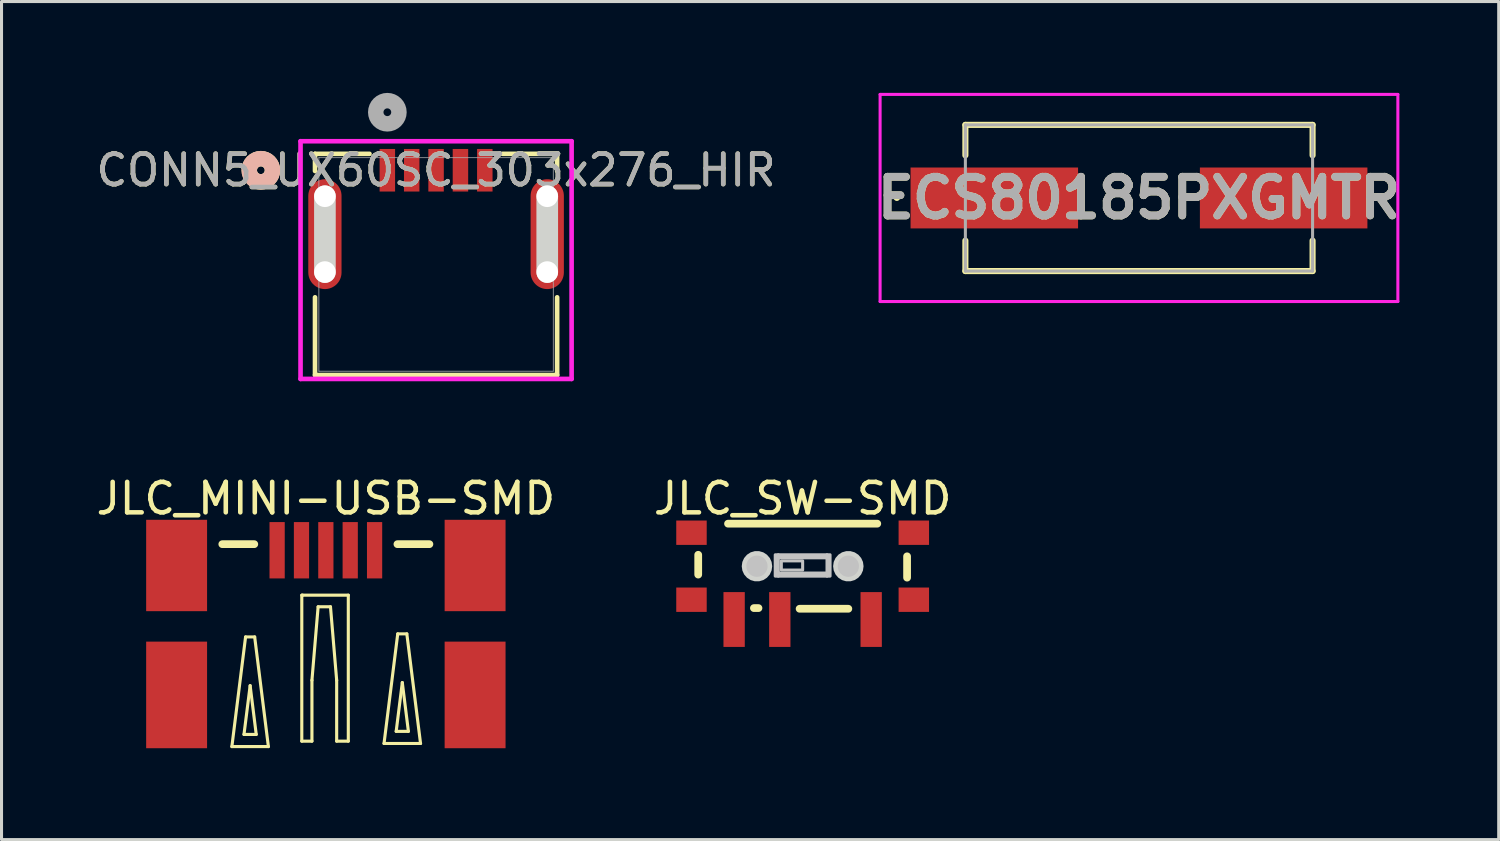
<source format=kicad_pcb>
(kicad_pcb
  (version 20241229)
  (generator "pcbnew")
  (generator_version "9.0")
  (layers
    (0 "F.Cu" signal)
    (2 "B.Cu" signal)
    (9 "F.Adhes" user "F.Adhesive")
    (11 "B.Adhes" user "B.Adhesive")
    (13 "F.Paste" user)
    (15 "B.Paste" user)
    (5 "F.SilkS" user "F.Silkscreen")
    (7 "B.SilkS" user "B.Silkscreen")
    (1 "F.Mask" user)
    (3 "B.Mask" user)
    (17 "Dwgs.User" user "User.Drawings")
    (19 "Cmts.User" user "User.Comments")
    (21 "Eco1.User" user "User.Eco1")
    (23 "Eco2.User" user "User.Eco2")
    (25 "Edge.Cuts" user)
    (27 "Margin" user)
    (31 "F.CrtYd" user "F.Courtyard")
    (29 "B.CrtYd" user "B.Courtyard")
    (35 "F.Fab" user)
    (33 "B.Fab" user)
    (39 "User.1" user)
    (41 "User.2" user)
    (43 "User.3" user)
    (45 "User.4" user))
  (footprint "ECS80185PXGMTR"
    (layer "F.Cu")
    (at 34.347 3.45)
    (property "Reference" "ECS80185PXGMTR" (at 0 0 0) (layer "F.SilkS") (effects (font (size 1.27 1.27) (thickness 0.254))))
    (attr smd)
    (fp_line (start -8 0) (end -8 0) (stroke (width 0.1) (type solid)) (layer "F.SilkS"))
    (fp_line (start -7.9 0) (end -7.9 0) (stroke (width 0.1) (type solid)) (layer "F.SilkS"))
    (fp_line (start -5.7 -2.4) (end 5.7 -2.4) (stroke (width 0.2) (type solid)) (layer "F.SilkS"))
    (fp_line (start -5.7 -1.4) (end -5.7 -2.4) (stroke (width 0.2) (type solid)) (layer "F.SilkS"))
    (fp_line (start -5.7 1.4) (end -5.7 2.4) (stroke (width 0.2) (type solid)) (layer "F.SilkS"))
    (fp_line (start -5.7 2.4) (end 5.7 2.4) (stroke (width 0.2) (type solid)) (layer "F.SilkS"))
    (fp_line (start 5.7 -2.4) (end 5.7 -1.4) (stroke (width 0.2) (type solid)) (layer "F.SilkS"))
    (fp_line (start 5.7 2.4) (end 5.7 1.4) (stroke (width 0.2) (type solid)) (layer "F.SilkS"))
    (fp_arc (start -8 0) (mid -7.95 -0.05) (end -7.9 0) (stroke (width 0.1) (type solid)) (layer "F.SilkS"))
    (fp_arc (start -7.9 0) (mid -7.95 0.05) (end -8 0) (stroke (width 0.1) (type solid)) (layer "F.SilkS"))
    (fp_line (start -8.5 -3.4) (end 8.5 -3.4) (stroke (width 0.1) (type solid)) (layer "F.CrtYd"))
    (fp_line (start -8.5 3.4) (end -8.5 -3.4) (stroke (width 0.1) (type solid)) (layer "F.CrtYd"))
    (fp_line (start 8.5 -3.4) (end 8.5 3.4) (stroke (width 0.1) (type solid)) (layer "F.CrtYd"))
    (fp_line (start 8.5 3.4) (end -8.5 3.4) (stroke (width 0.1) (type solid)) (layer "F.CrtYd"))
    (fp_line (start -5.7 -2.4) (end 5.7 -2.4) (stroke (width 0.1) (type solid)) (layer "F.Fab"))
    (fp_line (start -5.7 2.4) (end -5.7 -2.4) (stroke (width 0.1) (type solid)) (layer "F.Fab"))
    (fp_line (start 5.7 -2.4) (end 5.7 2.4) (stroke (width 0.1) (type solid)) (layer "F.Fab"))
    (fp_line (start 5.7 2.4) (end -5.7 2.4) (stroke (width 0.1) (type solid)) (layer "F.Fab"))
    (fp_text user "${REFERENCE}" (at 0 0 0) (layer "F.Fab") (effects (font (size 1.27 1.27) (thickness 0.254))))
    (pad "1" smd rect (at -4.75 0 90) (size 2 5.5) (layers "F.Cu" "F.Mask" "F.Paste"))
    (pad "2" smd rect (at 4.75 0 90) (size 2 5.5) (layers "F.Cu" "F.Mask" "F.Paste")))
  (footprint "JLC_SW-SMD"
    (layer "F.Cu")
    (at 23.304 15.866)
    (property "Reference" "JLC_SW-SMD" (at 0 -2.549 0) (unlocked yes) (layer "F.SilkS") (effects (font (size 1 1) (thickness 0.15))))
    (fp_line (start -3.429 -0.7) (end -3.429 -0.05) (stroke (width 0.254) (type default)) (layer "F.SilkS"))
    (fp_line (start -1.6 1.05) (end -1.45 1.05) (stroke (width 0.254) (type default)) (layer "F.SilkS"))
    (fp_line (start -0.1 1.072) (end 1.5 1.072) (stroke (width 0.254) (type default)) (layer "F.SilkS"))
    (fp_line (start 2.45 -1.722) (end -2.45 -1.722) (stroke (width 0.254) (type default)) (layer "F.SilkS"))
    (fp_line (start 3.429 -0.65) (end 3.429 0.05) (stroke (width 0.254) (type default)) (layer "F.SilkS"))
    (fp_circle (center -1.5 -0.325) (end -1.325 -0.325) (stroke (width 0.35) (type default)) (fill no) (layer "Dwgs.User"))
    (fp_circle (center 1.5 -0.325) (end 1.675 -0.325) (stroke (width 0.35) (type default)) (fill no) (layer "Dwgs.User"))
    (fp_poly (pts (xy -0.9 0) (xy -0.9 -0.7) (xy -0.8 -0.7) (xy -0.8 0)) (stroke (width 0.1) (type default)) (fill no) (layer "Dwgs.User"))
    (fp_poly (pts (xy -0.8 -0.7) (xy 0.8 -0.7) (xy 0.8 -0.6) (xy -0.8 -0.6)) (stroke (width 0.1) (type default)) (fill no) (layer "Dwgs.User"))
    (fp_poly (pts (xy -0.8 0) (xy 0.8 0) (xy 0.8 -0.1) (xy -0.8 -0.1)) (stroke (width 0.1) (type default)) (fill no) (layer "Dwgs.User"))
    (fp_poly (pts (xy -0.7 -0.5) (xy -0.7 -0.2) (xy 0 -0.2) (xy 0 -0.5)) (stroke (width 0.1) (type default)) (fill no) (layer "Dwgs.User"))
    (fp_poly (pts (xy 0.9 0) (xy 0.9 -0.7) (xy 0.8 -0.7) (xy 0.8 0)) (stroke (width 0.1) (type default)) (fill no) (layer "Dwgs.User"))
    (fp_poly (pts (xy -1 -0.325) (xy -1.02 -0.466) (xy -1.079 -0.595) (xy -1.173 -0.703) (xy -1.292 -0.78) (xy -1.429 -0.82) (xy -1.571 -0.82) (xy -1.708 -0.78) (xy -1.827 -0.703) (xy -1.921 -0.595) (xy -1.98 -0.466) (xy -2 -0.325) (xy -1.98 -0.184) (xy -1.921 -0.055) (xy -1.827 0.053) (xy -1.708 0.13) (xy -1.571 0.17) (xy -1.429 0.17) (xy -1.292 0.13) (xy -1.173 0.053) (xy -1.079 -0.055) (xy -1.02 -0.184)) (stroke (width 0) (type default)) (fill yes) (layer "Edge.Cuts"))
    (fp_poly (pts (xy 2 -0.325) (xy 1.98 -0.466) (xy 1.921 -0.595) (xy 1.827 -0.703) (xy 1.708 -0.78) (xy 1.571 -0.82) (xy 1.429 -0.82) (xy 1.292 -0.78) (xy 1.173 -0.703) (xy 1.079 -0.595) (xy 1.02 -0.466) (xy 1 -0.325) (xy 1.02 -0.184) (xy 1.079 -0.055) (xy 1.173 0.053) (xy 1.292 0.13) (xy 1.429 0.17) (xy 1.571 0.17) (xy 1.708 0.13) (xy 1.827 0.053) (xy 1.921 -0.055) (xy 1.98 -0.184)) (stroke (width 0) (type default)) (fill yes) (layer "Edge.Cuts"))
    (fp_poly (pts (xy -3.292 -1.705) (xy -3.292 -1.305) (xy -3.922 -1.305) (xy -3.922 -1.705)) (stroke (width 0.1) (type default)) (fill no) (layer "User.1"))
    (fp_poly (pts (xy -3.292 0.645) (xy -3.292 1.045) (xy -3.922 1.045) (xy -3.922 0.645)) (stroke (width 0.1) (type default)) (fill no) (layer "User.1"))
    (fp_poly (pts (xy -2.45 0.544) (xy -2.05 0.544) (xy -2.05 2.045) (xy -2.45 2.045)) (stroke (width 0.1) (type default)) (fill no) (layer "User.1"))
    (fp_poly (pts (xy -0.95 0.544) (xy -0.55 0.544) (xy -0.55 2.045) (xy -0.95 2.045)) (stroke (width 0.1) (type default)) (fill no) (layer "User.1"))
    (fp_poly (pts (xy 2.05 0.544) (xy 2.45 0.544) (xy 2.45 2.045) (xy 2.05 2.045)) (stroke (width 0.1) (type default)) (fill no) (layer "User.1"))
    (fp_poly (pts (xy 3.917 -1.705) (xy 3.917 -1.305) (xy 3.287 -1.305) (xy 3.287 -1.705)) (stroke (width 0.1) (type default)) (fill no) (layer "User.1"))
    (fp_poly (pts (xy 3.917 0.645) (xy 3.917 1.045) (xy 3.287 1.045) (xy 3.287 0.645)) (stroke (width 0.1) (type default)) (fill no) (layer "User.1"))
    (fp_line (start -3.325 -1.705) (end 3.325 -1.705) (stroke (width 0.051) (type default)) (layer "User.2"))
    (fp_line (start -3.325 1.045) (end -3.325 -1.705) (stroke (width 0.051) (type default)) (layer "User.2"))
    (fp_line (start 3.325 -1.705) (end 3.325 1.045) (stroke (width 0.051) (type default)) (layer "User.2"))
    (fp_line (start 3.325 1.045) (end -3.325 1.045) (stroke (width 0.051) (type default)) (layer "User.2"))
    (fp_poly (pts (xy -3.862 2.045) (xy -3.88 2.002) (xy -3.922 1.984) (xy -3.964 2.002) (xy -3.982 2.045) (xy -3.964 2.087) (xy -3.922 2.104) (xy -3.88 2.087)) (stroke (width 0.1) (type default)) (fill no) (layer "User.3"))
    (pad "1" smd rect (at -2.25 1.425) (size 0.7 1.8) (layers "F.Cu" "F.Mask" "F.Paste"))
    (pad "2" smd rect (at -0.75 1.425) (size 0.7 1.8) (layers "F.Cu" "F.Mask" "F.Paste"))
    (pad "3" smd rect (at 2.25 1.425) (size 0.7 1.8) (layers "F.Cu" "F.Mask" "F.Paste"))
    (pad "4" smd rect (at -3.65 -1.425 90) (size 0.8 1) (layers "F.Cu" "F.Mask" "F.Paste"))
    (pad "4" smd rect (at -3.65 0.775 90) (size 0.8 1) (layers "F.Cu" "F.Mask" "F.Paste"))
    (pad "4" smd rect (at 3.65 -1.425 90) (size 0.8 1) (layers "F.Cu" "F.Mask" "F.Paste"))
    (pad "4" smd rect (at 3.65 0.775 90) (size 0.8 1) (layers "F.Cu" "F.Mask" "F.Paste")))
  (footprint "CONN5_UX60SC_303x276_HIR"
    (layer "F.Cu")
    (at 9.668 2.54)
    (property "Reference" "CONN5_UX60SC_303x276_HIR" (at 1.6 0 0) (unlocked yes) (layer "F.SilkS") (effects (font (size 1 1) (thickness 0.15))))
    (attr smd)
    (fp_line (start -2.375 -0.539) (end -2.375 0.024) (stroke (width 0.152) (type solid)) (layer "F.SilkS"))
    (fp_line (start -2.375 4.172) (end -2.375 6.725) (stroke (width 0.152) (type solid)) (layer "F.SilkS"))
    (fp_line (start -2.375 6.725) (end 5.575 6.725) (stroke (width 0.152) (type solid)) (layer "F.SilkS"))
    (fp_line (start -0.587 -0.539) (end -2.375 -0.539) (stroke (width 0.152) (type solid)) (layer "F.SilkS"))
    (fp_line (start 5.575 -0.539) (end 3.787 -0.539) (stroke (width 0.152) (type solid)) (layer "F.SilkS"))
    (fp_line (start 5.575 0.024) (end 5.575 -0.539) (stroke (width 0.152) (type solid)) (layer "F.SilkS"))
    (fp_line (start 5.575 6.725) (end 5.575 4.172) (stroke (width 0.152) (type solid)) (layer "F.SilkS"))
    (fp_circle (center -4.153 0) (end -3.772 0) (stroke (width 0.508) (type solid)) (fill no) (layer "F.SilkS"))
    (fp_circle (center -4.153 0) (end -3.772 0) (stroke (width 0.508) (type solid)) (fill no) (layer "B.SilkS"))
    (fp_line (start -2.05 3.343) (end -2.05 0.853) (stroke (width 0.711) (type solid)) (layer "Edge.Cuts"))
    (fp_line (start 5.25 3.343) (end 5.25 0.853) (stroke (width 0.711) (type solid)) (layer "Edge.Cuts"))
    (fp_line (start -2.85 -0.953) (end -2.85 6.852) (stroke (width 0.152) (type solid)) (layer "F.CrtYd"))
    (fp_line (start -2.85 6.852) (end 6.05 6.852) (stroke (width 0.152) (type solid)) (layer "F.CrtYd"))
    (fp_line (start 6.05 -0.953) (end -2.85 -0.953) (stroke (width 0.152) (type solid)) (layer "F.CrtYd"))
    (fp_line (start 6.05 6.852) (end 6.05 -0.953) (stroke (width 0.152) (type solid)) (layer "F.CrtYd"))
    (fp_line (start -2.248 -0.412) (end -2.248 6.598) (stroke (width 0.025) (type solid)) (layer "F.Fab"))
    (fp_line (start -2.248 6.598) (end 5.448 6.598) (stroke (width 0.025) (type solid)) (layer "F.Fab"))
    (fp_line (start 5.448 -0.412) (end -2.248 -0.412) (stroke (width 0.025) (type solid)) (layer "F.Fab"))
    (fp_line (start 5.448 6.598) (end 5.448 -0.412) (stroke (width 0.025) (type solid)) (layer "F.Fab"))
    (fp_circle (center 0 -1.905) (end 0.381 -1.905) (stroke (width 0.508) (type solid)) (fill no) (layer "F.Fab"))
    (fp_text user "${REFERENCE}" (at 1.6 0 0) (unlocked yes) (layer "F.Fab") (effects (font (size 1 1) (thickness 0.15))))
    (pad "" np_thru_hole circle (at -2.05 0.853) (size 0.711 0.711) (drill 0.711) (layers "*.Cu" "*.Mask"))
    (pad "" np_thru_hole circle (at -2.05 3.343) (size 0.711 0.711) (drill 0.711) (layers "*.Cu" "*.Mask"))
    (pad "" np_thru_hole circle (at 5.25 0.853) (size 0.711 0.711) (drill 0.711) (layers "*.Cu" "*.Mask"))
    (pad "" np_thru_hole circle (at 5.25 3.343) (size 0.711 0.711) (drill 0.711) (layers "*.Cu" "*.Mask"))
    (pad "1" smd rect (at 0 0) (size 0.508 1.397) (layers "F.Cu" "F.Mask" "F.Paste"))
    (pad "2" smd rect (at 0.8 0) (size 0.508 1.397) (layers "F.Cu" "F.Mask" "F.Paste"))
    (pad "3" smd rect (at 1.6 0) (size 0.508 1.397) (layers "F.Cu" "F.Mask" "F.Paste"))
    (pad "4" smd rect (at 2.4 0) (size 0.508 1.397) (layers "F.Cu" "F.Mask" "F.Paste"))
    (pad "5" smd rect (at 3.2 0) (size 0.508 1.397) (layers "F.Cu" "F.Mask" "F.Paste"))
    (pad "6" smd oval (at -2.05 2.098) (size 1.092 3.607) (layers "F.Cu" "F.Mask" "F.Paste"))
    (pad "7" smd oval (at 5.25 2.098) (size 1.092 3.607) (layers "F.Cu" "F.Mask" "F.Paste")))
  (footprint "JLC_MINI-USB-SMD"
    (layer "F.Cu")
    (at 7.649 17.392)
    (property "Reference" "JLC_MINI-USB-SMD" (at 0 -4.075 0) (unlocked yes) (layer "F.SilkS") (effects (font (size 1 1) (thickness 0.15))))
    (fp_line (start -3.086 4.071) (end -2.636 0.471) (stroke (width 0.102) (type default)) (layer "F.SilkS"))
    (fp_line (start -2.688 3.672) (end -2.486 2.071) (stroke (width 0.102) (type default)) (layer "F.SilkS"))
    (fp_line (start -2.636 0.471) (end -2.337 0.471) (stroke (width 0.102) (type default)) (layer "F.SilkS"))
    (fp_line (start -2.486 2.071) (end -2.286 3.672) (stroke (width 0.102) (type default)) (layer "F.SilkS"))
    (fp_line (start -2.35 -2.575) (end -3.4 -2.575) (stroke (width 0.254) (type default)) (layer "F.SilkS"))
    (fp_line (start -2.337 0.471) (end -1.887 4.071) (stroke (width 0.102) (type default)) (layer "F.SilkS"))
    (fp_line (start -2.286 3.672) (end -2.688 3.672) (stroke (width 0.102) (type default)) (layer "F.SilkS"))
    (fp_line (start -1.887 4.071) (end -3.086 4.071) (stroke (width 0.102) (type default)) (layer "F.SilkS"))
    (fp_line (start -0.79 -0.9) (end -0.762 -0.9) (stroke (width 0.102) (type default)) (layer "F.SilkS"))
    (fp_line (start -0.79 3.893) (end -0.79 -0.9) (stroke (width 0.102) (type default)) (layer "F.SilkS"))
    (fp_line (start -0.762 -0.9) (end 0.737 -0.9) (stroke (width 0.102) (type default)) (layer "F.SilkS"))
    (fp_line (start -0.457 1.894) (end -0.457 3.893) (stroke (width 0.102) (type default)) (layer "F.SilkS"))
    (fp_line (start -0.457 3.893) (end -0.79 3.893) (stroke (width 0.102) (type default)) (layer "F.SilkS"))
    (fp_line (start -0.254 -0.519) (end -0.457 1.894) (stroke (width 0.102) (type default)) (layer "F.SilkS"))
    (fp_line (start 0.152 -0.519) (end -0.254 -0.519) (stroke (width 0.102) (type default)) (layer "F.SilkS"))
    (fp_line (start 0.355 1.894) (end 0.152 -0.519) (stroke (width 0.102) (type default)) (layer "F.SilkS"))
    (fp_line (start 0.355 3.893) (end 0.355 1.894) (stroke (width 0.102) (type default)) (layer "F.SilkS"))
    (fp_line (start 0.737 -0.9) (end 0.737 3.893) (stroke (width 0.102) (type default)) (layer "F.SilkS"))
    (fp_line (start 0.737 3.893) (end 0.355 3.893) (stroke (width 0.102) (type default)) (layer "F.SilkS"))
    (fp_line (start 1.91 3.969) (end 2.36 0.37) (stroke (width 0.102) (type default)) (layer "F.SilkS"))
    (fp_line (start 2.309 3.571) (end 2.51 1.97) (stroke (width 0.102) (type default)) (layer "F.SilkS"))
    (fp_line (start 2.35 -2.575) (end 3.4 -2.575) (stroke (width 0.254) (type default)) (layer "F.SilkS"))
    (fp_line (start 2.36 0.37) (end 2.659 0.37) (stroke (width 0.102) (type default)) (layer "F.SilkS"))
    (fp_line (start 2.51 1.97) (end 2.71 3.571) (stroke (width 0.102) (type default)) (layer "F.SilkS"))
    (fp_line (start 2.659 0.37) (end 3.109 3.969) (stroke (width 0.102) (type default)) (layer "F.SilkS"))
    (fp_line (start 2.71 3.571) (end 2.309 3.571) (stroke (width 0.102) (type default)) (layer "F.SilkS"))
    (fp_line (start 3.109 3.969) (end 1.91 3.969) (stroke (width 0.102) (type default)) (layer "F.SilkS"))
    (fp_poly (pts (xy -5 -2.625) (xy -3.5 -2.625) (xy -3.5 -1.125) (xy -5 -1.125)) (stroke (width 0.1) (type default)) (fill no) (layer "User.1"))
    (fp_poly (pts (xy -5 1.329) (xy -3.5 1.329) (xy -3.5 3.329) (xy -5 3.329)) (stroke (width 0.1) (type default)) (fill no) (layer "User.1"))
    (fp_poly (pts (xy -1.8 -2.575) (xy -1.4 -2.575) (xy -1.4 -1.775) (xy -1.8 -1.775)) (stroke (width 0.1) (type default)) (fill no) (layer "User.1"))
    (fp_poly (pts (xy -1 -2.575) (xy -0.6 -2.575) (xy -0.6 -1.775) (xy -1 -1.775)) (stroke (width 0.1) (type default)) (fill no) (layer "User.1"))
    (fp_poly (pts (xy -0.2 -2.575) (xy 0.2 -2.575) (xy 0.2 -1.775) (xy -0.2 -1.775)) (stroke (width 0.1) (type default)) (fill no) (layer "User.1"))
    (fp_poly (pts (xy 0.6 -2.575) (xy 1 -2.575) (xy 1 -1.775) (xy 0.6 -1.775)) (stroke (width 0.1) (type default)) (fill no) (layer "User.1"))
    (fp_poly (pts (xy 1.4 -2.575) (xy 1.8 -2.575) (xy 1.8 -1.775) (xy 1.4 -1.775)) (stroke (width 0.1) (type default)) (fill no) (layer "User.1"))
    (fp_poly (pts (xy 3.5 -2.625) (xy 5 -2.625) (xy 5 -1.125) (xy 3.5 -1.125)) (stroke (width 0.1) (type default)) (fill no) (layer "User.1"))
    (fp_poly (pts (xy 3.5 1.329) (xy 5 1.329) (xy 5 3.329) (xy 3.5 3.329)) (stroke (width 0.1) (type default)) (fill no) (layer "User.1"))
    (fp_line (start -3.85 -2.62) (end 3.85 -2.62) (stroke (width 0.051) (type default)) (layer "User.2"))
    (fp_poly (pts (xy -4.94 -2.625) (xy -4.958 -2.667) (xy -5 -2.685) (xy -5.042 -2.667) (xy -5.06 -2.625) (xy -5.042 -2.583) (xy -5 -2.565) (xy -4.958 -2.583)) (stroke (width 0.1) (type default)) (fill no) (layer "User.3"))
    (pad "1" smd rect (at -1.6 -2.375) (size 0.5 1.85) (layers "F.Cu" "F.Mask" "F.Paste"))
    (pad "2" smd rect (at -0.8 -2.375) (size 0.5 1.85) (layers "F.Cu" "F.Mask" "F.Paste"))
    (pad "3" smd rect (at 0 -2.375) (size 0.5 1.85) (layers "F.Cu" "F.Mask" "F.Paste"))
    (pad "4" smd rect (at 0.8 -2.375) (size 0.5 1.85) (layers "F.Cu" "F.Mask" "F.Paste"))
    (pad "5" smd rect (at 1.6 -2.375) (size 0.5 1.85) (layers "F.Cu" "F.Mask" "F.Paste"))
    (pad "6" smd rect (at 4.9 -1.875) (size 2 3) (layers "F.Cu" "F.Mask" "F.Paste"))
    (pad "7" smd rect (at 4.9 2.375) (size 2 3.5) (layers "F.Cu" "F.Mask" "F.Paste"))
    (pad "8" smd rect (at -4.9 -1.875) (size 2 3) (layers "F.Cu" "F.Mask" "F.Paste"))
    (pad "9" smd rect (at -4.9 2.375) (size 2 3.5) (layers "F.Cu" "F.Mask" "F.Paste")))
  (gr_rect
    (start -3 -3)
    (end 46.158 24.517)
    (stroke (width 0.1) (type default))
    (fill no)
    (layer "Edge.Cuts")))
</source>
